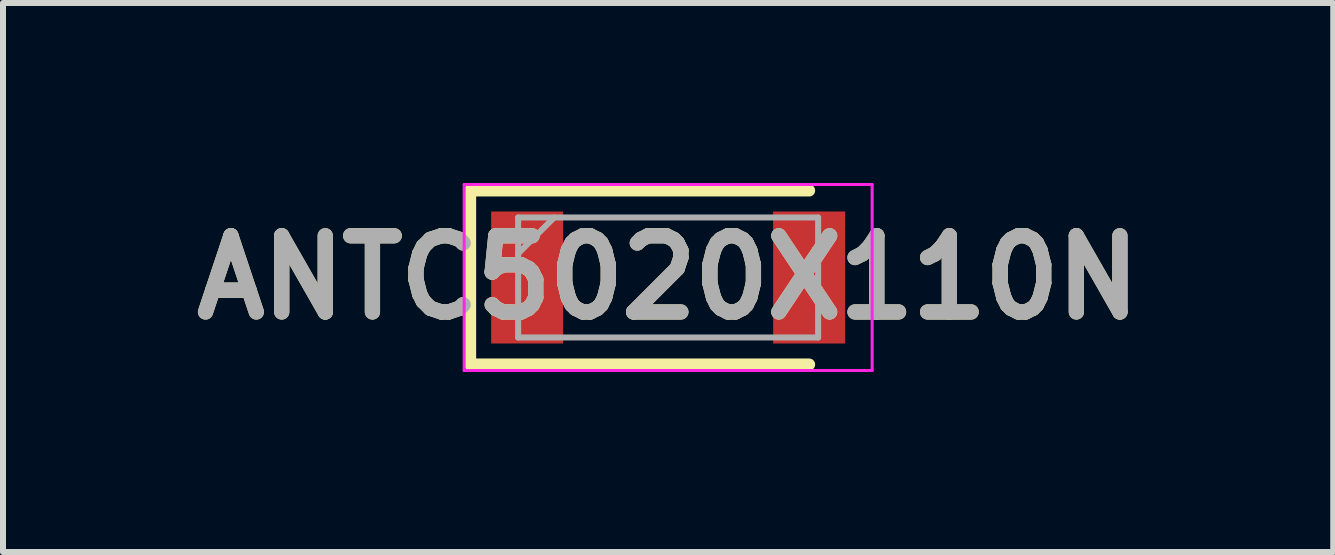
<source format=kicad_pcb>
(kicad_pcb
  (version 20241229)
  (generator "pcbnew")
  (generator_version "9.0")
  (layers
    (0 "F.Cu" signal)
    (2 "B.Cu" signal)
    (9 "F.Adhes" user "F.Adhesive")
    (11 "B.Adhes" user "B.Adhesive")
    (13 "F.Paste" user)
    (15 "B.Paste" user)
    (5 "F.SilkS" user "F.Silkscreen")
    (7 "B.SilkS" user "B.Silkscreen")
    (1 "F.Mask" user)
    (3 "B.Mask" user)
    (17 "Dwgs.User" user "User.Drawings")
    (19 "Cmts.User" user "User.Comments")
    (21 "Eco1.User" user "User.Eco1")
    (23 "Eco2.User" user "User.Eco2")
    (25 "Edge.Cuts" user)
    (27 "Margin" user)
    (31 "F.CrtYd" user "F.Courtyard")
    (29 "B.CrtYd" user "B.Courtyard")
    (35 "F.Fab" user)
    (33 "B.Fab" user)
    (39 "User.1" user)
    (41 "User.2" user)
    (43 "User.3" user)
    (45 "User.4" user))
  (footprint "ANTC5020X110N"
    (layer "F.Cu")
    (at 8.086 1.575)
    (property "Reference" "ANTC5020X110N" (at 0 0 0) (layer "F.SilkS") (effects (font (size 1.27 1.27) (thickness 0.254))))
    (attr smd)
    (fp_line (start -3.3 -1.45) (end -3.3 1.45) (stroke (width 0.2) (type solid)) (layer "F.SilkS"))
    (fp_line (start -3.3 1.45) (end 2.35 1.45) (stroke (width 0.2) (type solid)) (layer "F.SilkS"))
    (fp_line (start 2.35 -1.45) (end -3.3 -1.45) (stroke (width 0.2) (type solid)) (layer "F.SilkS"))
    (fp_line (start -3.4 -1.55) (end 3.4 -1.55) (stroke (width 0.05) (type solid)) (layer "F.CrtYd"))
    (fp_line (start -3.4 1.55) (end -3.4 -1.55) (stroke (width 0.05) (type solid)) (layer "F.CrtYd"))
    (fp_line (start 3.4 -1.55) (end 3.4 1.55) (stroke (width 0.05) (type solid)) (layer "F.CrtYd"))
    (fp_line (start 3.4 1.55) (end -3.4 1.55) (stroke (width 0.05) (type solid)) (layer "F.CrtYd"))
    (fp_line (start -2.5 -1) (end 2.5 -1) (stroke (width 0.1) (type solid)) (layer "F.Fab"))
    (fp_line (start -2.5 -0.4) (end -1.9 -1) (stroke (width 0.1) (type solid)) (layer "F.Fab"))
    (fp_line (start -2.5 1) (end -2.5 -1) (stroke (width 0.1) (type solid)) (layer "F.Fab"))
    (fp_line (start 2.5 -1) (end 2.5 1) (stroke (width 0.1) (type solid)) (layer "F.Fab"))
    (fp_line (start 2.5 1) (end -2.5 1) (stroke (width 0.1) (type solid)) (layer "F.Fab"))
    (fp_text user "${REFERENCE}" (at 0 0 0) (layer "F.Fab") (effects (font (size 1.27 1.27) (thickness 0.254))))
    (pad "1" smd rect (at -2.35 0) (size 1.2 2.2) (layers "F.Cu" "F.Mask" "F.Paste"))
    (pad "2" smd rect (at 2.35 0) (size 1.2 2.2) (layers "F.Cu" "F.Mask" "F.Paste")))
  (gr_rect
    (start -3 -3)
    (end 19.171 6.15)
    (stroke (width 0.1) (type default))
    (fill no)
    (layer "Edge.Cuts")))
</source>
